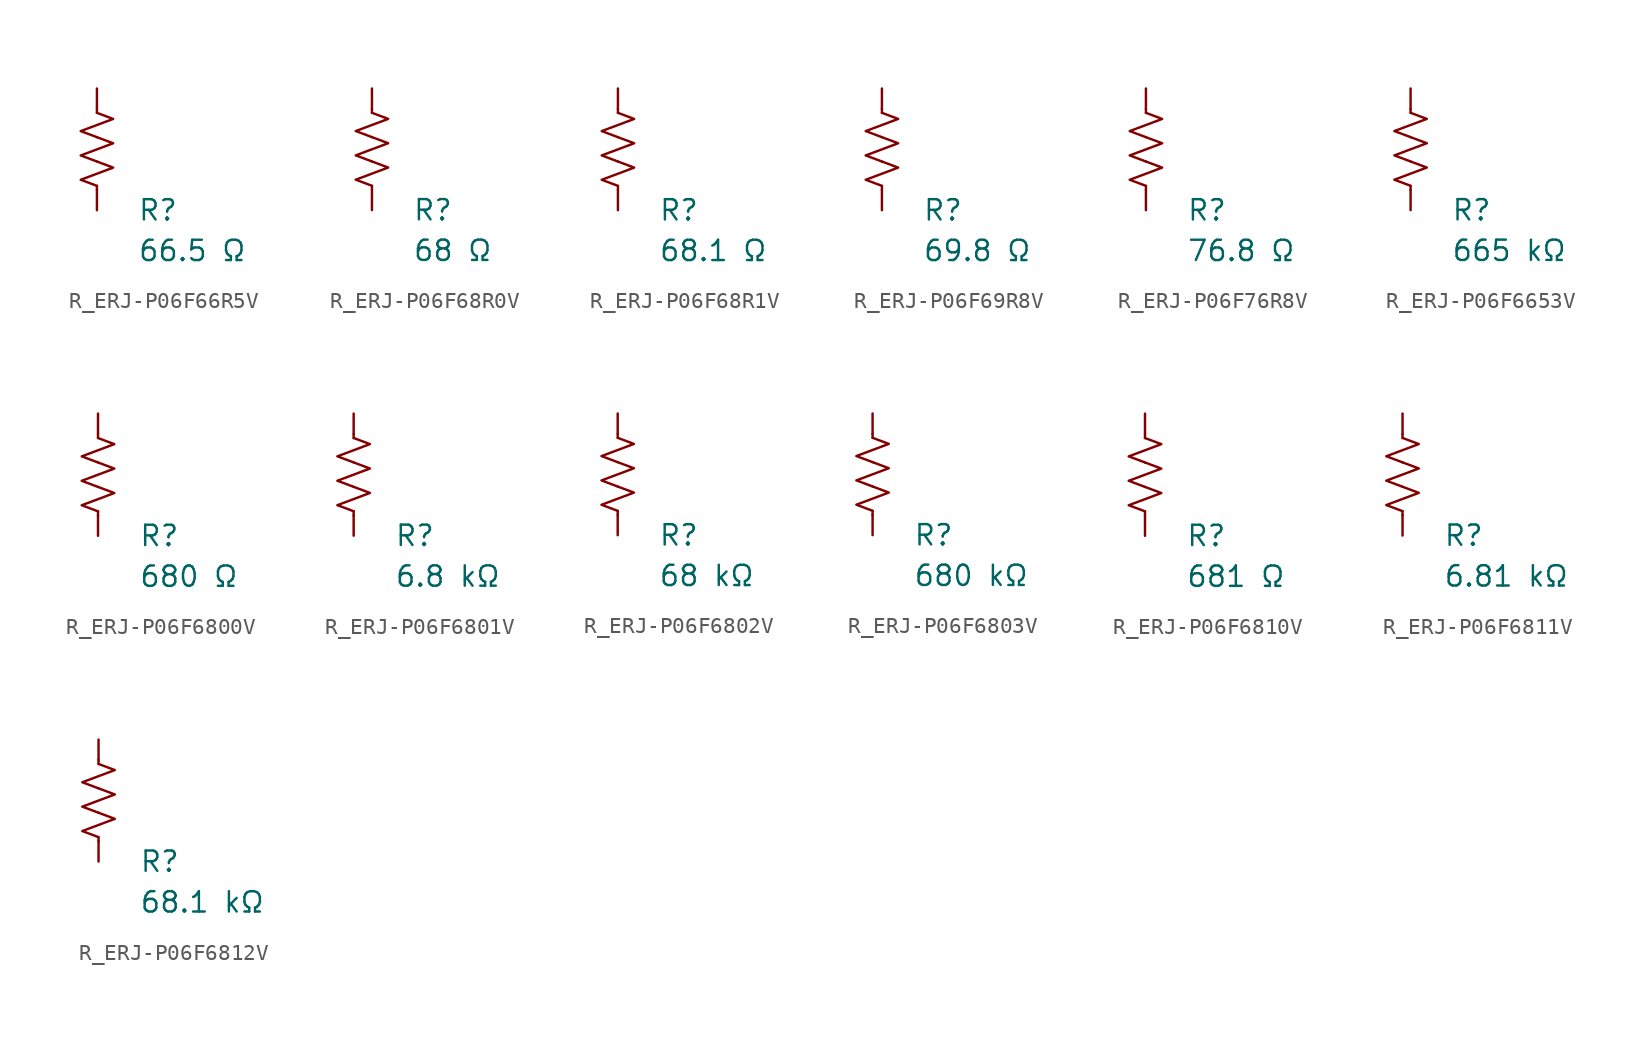
<source format=kicad_sym>
(kicad_symbol_lib
  (version 20231120)
  (generator "kicad_symbol_editor")
  (generator_version "8.0")
  (symbol "R_ERJ-P06F66R5V"
    (pin_numbers hide)
    (pin_names
      (offset 0))
    (property "Reference" "R"
      (at 2.54 -3.81 0)
      (effects (font (size 1.27 1.27)) (justify left))
      (show_name no))
    (property "Value" "66.5 Ω"
      (at 2.54 -6.35 0)
      (effects (font (size 1.27 1.27)) (justify left))
      (show_name no))
    (symbol "R_ERJ-P06F66R5V_0_1"
      (polyline (pts (xy 0 -2.286) (xy 0 -2.54)) (stroke (width 0) (type default)) (fill (type none)))
      (polyline (pts (xy 0 2.286) (xy 0 2.54)) (stroke (width 0) (type default)) (fill (type none)))
      (polyline (pts (xy 0 -0.762) (xy 1.016 -1.143) (xy 0 -1.524) (xy -1.016 -1.905) (xy 0 -2.286)) (stroke (width 0) (type default)) (fill (type none)))
      (polyline (pts (xy 0 0.762) (xy 1.016 0.381) (xy 0 0) (xy -1.016 -0.381) (xy 0 -0.762)) (stroke (width 0) (type default)) (fill (type none)))
      (polyline (pts (xy 0 2.286) (xy 1.016 1.905) (xy 0 1.524) (xy -1.016 1.143) (xy 0 0.762)) (stroke (width 0) (type default)) (fill (type none))))
    (symbol "R_ERJ-P06F66R5V_1_1"
      (pin passive line (at 0 3.81 270) (length 1.27) (name "~" (effects (font (size 1.27 1.27)))) (number "1" (effects (font (size 1.27 1.27)))))
      (pin passive line (at 0 -3.81 90) (length 1.27) (name "~" (effects (font (size 1.27 1.27)))) (number "2" (effects (font (size 1.27 1.27)))))))
  (symbol "R_ERJ-P06F68R0V"
    (pin_numbers hide)
    (pin_names
      (offset 0))
    (property "Reference" "R"
      (at 2.54 -3.81 0)
      (effects (font (size 1.27 1.27)) (justify left))
      (show_name no))
    (property "Value" "68 Ω"
      (at 2.54 -6.35 0)
      (effects (font (size 1.27 1.27)) (justify left))
      (show_name no))
    (symbol "R_ERJ-P06F68R0V_0_1"
      (polyline (pts (xy 0 -2.286) (xy 0 -2.54)) (stroke (width 0) (type default)) (fill (type none)))
      (polyline (pts (xy 0 2.286) (xy 0 2.54)) (stroke (width 0) (type default)) (fill (type none)))
      (polyline (pts (xy 0 -0.762) (xy 1.016 -1.143) (xy 0 -1.524) (xy -1.016 -1.905) (xy 0 -2.286)) (stroke (width 0) (type default)) (fill (type none)))
      (polyline (pts (xy 0 0.762) (xy 1.016 0.381) (xy 0 0) (xy -1.016 -0.381) (xy 0 -0.762)) (stroke (width 0) (type default)) (fill (type none)))
      (polyline (pts (xy 0 2.286) (xy 1.016 1.905) (xy 0 1.524) (xy -1.016 1.143) (xy 0 0.762)) (stroke (width 0) (type default)) (fill (type none))))
    (symbol "R_ERJ-P06F68R0V_1_1"
      (pin passive line (at 0 3.81 270) (length 1.27) (name "~" (effects (font (size 1.27 1.27)))) (number "1" (effects (font (size 1.27 1.27)))))
      (pin passive line (at 0 -3.81 90) (length 1.27) (name "~" (effects (font (size 1.27 1.27)))) (number "2" (effects (font (size 1.27 1.27)))))))
  (symbol "R_ERJ-P06F68R1V"
    (pin_numbers hide)
    (pin_names
      (offset 0))
    (property "Reference" "R"
      (at 2.54 -3.81 0)
      (effects (font (size 1.27 1.27)) (justify left))
      (show_name no))
    (property "Value" "68.1 Ω"
      (at 2.54 -6.35 0)
      (effects (font (size 1.27 1.27)) (justify left))
      (show_name no))
    (symbol "R_ERJ-P06F68R1V_0_1"
      (polyline (pts (xy 0 -2.286) (xy 0 -2.54)) (stroke (width 0) (type default)) (fill (type none)))
      (polyline (pts (xy 0 2.286) (xy 0 2.54)) (stroke (width 0) (type default)) (fill (type none)))
      (polyline (pts (xy 0 -0.762) (xy 1.016 -1.143) (xy 0 -1.524) (xy -1.016 -1.905) (xy 0 -2.286)) (stroke (width 0) (type default)) (fill (type none)))
      (polyline (pts (xy 0 0.762) (xy 1.016 0.381) (xy 0 0) (xy -1.016 -0.381) (xy 0 -0.762)) (stroke (width 0) (type default)) (fill (type none)))
      (polyline (pts (xy 0 2.286) (xy 1.016 1.905) (xy 0 1.524) (xy -1.016 1.143) (xy 0 0.762)) (stroke (width 0) (type default)) (fill (type none))))
    (symbol "R_ERJ-P06F68R1V_1_1"
      (pin passive line (at 0 3.81 270) (length 1.27) (name "~" (effects (font (size 1.27 1.27)))) (number "1" (effects (font (size 1.27 1.27)))))
      (pin passive line (at 0 -3.81 90) (length 1.27) (name "~" (effects (font (size 1.27 1.27)))) (number "2" (effects (font (size 1.27 1.27)))))))
  (symbol "R_ERJ-P06F69R8V"
    (pin_numbers hide)
    (pin_names
      (offset 0))
    (property "Reference" "R"
      (at 2.54 -3.81 0)
      (effects (font (size 1.27 1.27)) (justify left))
      (show_name no))
    (property "Value" "69.8 Ω"
      (at 2.54 -6.35 0)
      (effects (font (size 1.27 1.27)) (justify left))
      (show_name no))
    (symbol "R_ERJ-P06F69R8V_0_1"
      (polyline (pts (xy 0 -2.286) (xy 0 -2.54)) (stroke (width 0) (type default)) (fill (type none)))
      (polyline (pts (xy 0 2.286) (xy 0 2.54)) (stroke (width 0) (type default)) (fill (type none)))
      (polyline (pts (xy 0 -0.762) (xy 1.016 -1.143) (xy 0 -1.524) (xy -1.016 -1.905) (xy 0 -2.286)) (stroke (width 0) (type default)) (fill (type none)))
      (polyline (pts (xy 0 0.762) (xy 1.016 0.381) (xy 0 0) (xy -1.016 -0.381) (xy 0 -0.762)) (stroke (width 0) (type default)) (fill (type none)))
      (polyline (pts (xy 0 2.286) (xy 1.016 1.905) (xy 0 1.524) (xy -1.016 1.143) (xy 0 0.762)) (stroke (width 0) (type default)) (fill (type none))))
    (symbol "R_ERJ-P06F69R8V_1_1"
      (pin passive line (at 0 3.81 270) (length 1.27) (name "~" (effects (font (size 1.27 1.27)))) (number "1" (effects (font (size 1.27 1.27)))))
      (pin passive line (at 0 -3.81 90) (length 1.27) (name "~" (effects (font (size 1.27 1.27)))) (number "2" (effects (font (size 1.27 1.27)))))))
  (symbol "R_ERJ-P06F76R8V"
    (pin_numbers hide)
    (pin_names
      (offset 0))
    (property "Reference" "R"
      (at 2.54 -3.81 0)
      (effects (font (size 1.27 1.27)) (justify left))
      (show_name no))
    (property "Value" "76.8 Ω"
      (at 2.54 -6.35 0)
      (effects (font (size 1.27 1.27)) (justify left))
      (show_name no))
    (symbol "R_ERJ-P06F76R8V_0_1"
      (polyline (pts (xy 0 -2.286) (xy 0 -2.54)) (stroke (width 0) (type default)) (fill (type none)))
      (polyline (pts (xy 0 2.286) (xy 0 2.54)) (stroke (width 0) (type default)) (fill (type none)))
      (polyline (pts (xy 0 -0.762) (xy 1.016 -1.143) (xy 0 -1.524) (xy -1.016 -1.905) (xy 0 -2.286)) (stroke (width 0) (type default)) (fill (type none)))
      (polyline (pts (xy 0 0.762) (xy 1.016 0.381) (xy 0 0) (xy -1.016 -0.381) (xy 0 -0.762)) (stroke (width 0) (type default)) (fill (type none)))
      (polyline (pts (xy 0 2.286) (xy 1.016 1.905) (xy 0 1.524) (xy -1.016 1.143) (xy 0 0.762)) (stroke (width 0) (type default)) (fill (type none))))
    (symbol "R_ERJ-P06F76R8V_1_1"
      (pin passive line (at 0 3.81 270) (length 1.27) (name "~" (effects (font (size 1.27 1.27)))) (number "1" (effects (font (size 1.27 1.27)))))
      (pin passive line (at 0 -3.81 90) (length 1.27) (name "~" (effects (font (size 1.27 1.27)))) (number "2" (effects (font (size 1.27 1.27)))))))
  (symbol "R_ERJ-P06F6653V"
    (pin_numbers hide)
    (pin_names
      (offset 0))
    (property "Reference" "R"
      (at 2.54 -3.81 0)
      (effects (font (size 1.27 1.27)) (justify left))
      (show_name no))
    (property "Value" "665 kΩ"
      (at 2.54 -6.35 0)
      (effects (font (size 1.27 1.27)) (justify left))
      (show_name no))
    (symbol "R_ERJ-P06F6653V_0_1"
      (polyline (pts (xy 0 -2.286) (xy 0 -2.54)) (stroke (width 0) (type default)) (fill (type none)))
      (polyline (pts (xy 0 2.286) (xy 0 2.54)) (stroke (width 0) (type default)) (fill (type none)))
      (polyline (pts (xy 0 -0.762) (xy 1.016 -1.143) (xy 0 -1.524) (xy -1.016 -1.905) (xy 0 -2.286)) (stroke (width 0) (type default)) (fill (type none)))
      (polyline (pts (xy 0 0.762) (xy 1.016 0.381) (xy 0 0) (xy -1.016 -0.381) (xy 0 -0.762)) (stroke (width 0) (type default)) (fill (type none)))
      (polyline (pts (xy 0 2.286) (xy 1.016 1.905) (xy 0 1.524) (xy -1.016 1.143) (xy 0 0.762)) (stroke (width 0) (type default)) (fill (type none))))
    (symbol "R_ERJ-P06F6653V_1_1"
      (pin passive line (at 0 3.81 270) (length 1.27) (name "~" (effects (font (size 1.27 1.27)))) (number "1" (effects (font (size 1.27 1.27)))))
      (pin passive line (at 0 -3.81 90) (length 1.27) (name "~" (effects (font (size 1.27 1.27)))) (number "2" (effects (font (size 1.27 1.27)))))))
  (symbol "R_ERJ-P06F6800V"
    (pin_numbers hide)
    (pin_names
      (offset 0))
    (property "Reference" "R"
      (at 2.54 -3.81 0)
      (effects (font (size 1.27 1.27)) (justify left))
      (show_name no))
    (property "Value" "680 Ω"
      (at 2.54 -6.35 0)
      (effects (font (size 1.27 1.27)) (justify left))
      (show_name no))
    (symbol "R_ERJ-P06F6800V_0_1"
      (polyline (pts (xy 0 -2.286) (xy 0 -2.54)) (stroke (width 0) (type default)) (fill (type none)))
      (polyline (pts (xy 0 2.286) (xy 0 2.54)) (stroke (width 0) (type default)) (fill (type none)))
      (polyline (pts (xy 0 -0.762) (xy 1.016 -1.143) (xy 0 -1.524) (xy -1.016 -1.905) (xy 0 -2.286)) (stroke (width 0) (type default)) (fill (type none)))
      (polyline (pts (xy 0 0.762) (xy 1.016 0.381) (xy 0 0) (xy -1.016 -0.381) (xy 0 -0.762)) (stroke (width 0) (type default)) (fill (type none)))
      (polyline (pts (xy 0 2.286) (xy 1.016 1.905) (xy 0 1.524) (xy -1.016 1.143) (xy 0 0.762)) (stroke (width 0) (type default)) (fill (type none))))
    (symbol "R_ERJ-P06F6800V_1_1"
      (pin passive line (at 0 3.81 270) (length 1.27) (name "~" (effects (font (size 1.27 1.27)))) (number "1" (effects (font (size 1.27 1.27)))))
      (pin passive line (at 0 -3.81 90) (length 1.27) (name "~" (effects (font (size 1.27 1.27)))) (number "2" (effects (font (size 1.27 1.27)))))))
  (symbol "R_ERJ-P06F6801V"
    (pin_numbers hide)
    (pin_names
      (offset 0))
    (property "Reference" "R"
      (at 2.54 -3.81 0)
      (effects (font (size 1.27 1.27)) (justify left))
      (show_name no))
    (property "Value" "6.8 kΩ"
      (at 2.54 -6.35 0)
      (effects (font (size 1.27 1.27)) (justify left))
      (show_name no))
    (symbol "R_ERJ-P06F6801V_0_1"
      (polyline (pts (xy 0 -2.286) (xy 0 -2.54)) (stroke (width 0) (type default)) (fill (type none)))
      (polyline (pts (xy 0 2.286) (xy 0 2.54)) (stroke (width 0) (type default)) (fill (type none)))
      (polyline (pts (xy 0 -0.762) (xy 1.016 -1.143) (xy 0 -1.524) (xy -1.016 -1.905) (xy 0 -2.286)) (stroke (width 0) (type default)) (fill (type none)))
      (polyline (pts (xy 0 0.762) (xy 1.016 0.381) (xy 0 0) (xy -1.016 -0.381) (xy 0 -0.762)) (stroke (width 0) (type default)) (fill (type none)))
      (polyline (pts (xy 0 2.286) (xy 1.016 1.905) (xy 0 1.524) (xy -1.016 1.143) (xy 0 0.762)) (stroke (width 0) (type default)) (fill (type none))))
    (symbol "R_ERJ-P06F6801V_1_1"
      (pin passive line (at 0 3.81 270) (length 1.27) (name "~" (effects (font (size 1.27 1.27)))) (number "1" (effects (font (size 1.27 1.27)))))
      (pin passive line (at 0 -3.81 90) (length 1.27) (name "~" (effects (font (size 1.27 1.27)))) (number "2" (effects (font (size 1.27 1.27)))))))
  (symbol "R_ERJ-P06F6802V"
    (pin_numbers hide)
    (pin_names
      (offset 0))
    (property "Reference" "R"
      (at 2.54 -3.81 0)
      (effects (font (size 1.27 1.27)) (justify left))
      (show_name no))
    (property "Value" "68 kΩ"
      (at 2.54 -6.35 0)
      (effects (font (size 1.27 1.27)) (justify left))
      (show_name no))
    (symbol "R_ERJ-P06F6802V_0_1"
      (polyline (pts (xy 0 -2.286) (xy 0 -2.54)) (stroke (width 0) (type default)) (fill (type none)))
      (polyline (pts (xy 0 2.286) (xy 0 2.54)) (stroke (width 0) (type default)) (fill (type none)))
      (polyline (pts (xy 0 -0.762) (xy 1.016 -1.143) (xy 0 -1.524) (xy -1.016 -1.905) (xy 0 -2.286)) (stroke (width 0) (type default)) (fill (type none)))
      (polyline (pts (xy 0 0.762) (xy 1.016 0.381) (xy 0 0) (xy -1.016 -0.381) (xy 0 -0.762)) (stroke (width 0) (type default)) (fill (type none)))
      (polyline (pts (xy 0 2.286) (xy 1.016 1.905) (xy 0 1.524) (xy -1.016 1.143) (xy 0 0.762)) (stroke (width 0) (type default)) (fill (type none))))
    (symbol "R_ERJ-P06F6802V_1_1"
      (pin passive line (at 0 3.81 270) (length 1.27) (name "~" (effects (font (size 1.27 1.27)))) (number "1" (effects (font (size 1.27 1.27)))))
      (pin passive line (at 0 -3.81 90) (length 1.27) (name "~" (effects (font (size 1.27 1.27)))) (number "2" (effects (font (size 1.27 1.27)))))))
  (symbol "R_ERJ-P06F6803V"
    (pin_numbers hide)
    (pin_names
      (offset 0))
    (property "Reference" "R"
      (at 2.54 -3.81 0)
      (effects (font (size 1.27 1.27)) (justify left))
      (show_name no))
    (property "Value" "680 kΩ"
      (at 2.54 -6.35 0)
      (effects (font (size 1.27 1.27)) (justify left))
      (show_name no))
    (symbol "R_ERJ-P06F6803V_0_1"
      (polyline (pts (xy 0 -2.286) (xy 0 -2.54)) (stroke (width 0) (type default)) (fill (type none)))
      (polyline (pts (xy 0 2.286) (xy 0 2.54)) (stroke (width 0) (type default)) (fill (type none)))
      (polyline (pts (xy 0 -0.762) (xy 1.016 -1.143) (xy 0 -1.524) (xy -1.016 -1.905) (xy 0 -2.286)) (stroke (width 0) (type default)) (fill (type none)))
      (polyline (pts (xy 0 0.762) (xy 1.016 0.381) (xy 0 0) (xy -1.016 -0.381) (xy 0 -0.762)) (stroke (width 0) (type default)) (fill (type none)))
      (polyline (pts (xy 0 2.286) (xy 1.016 1.905) (xy 0 1.524) (xy -1.016 1.143) (xy 0 0.762)) (stroke (width 0) (type default)) (fill (type none))))
    (symbol "R_ERJ-P06F6803V_1_1"
      (pin passive line (at 0 3.81 270) (length 1.27) (name "~" (effects (font (size 1.27 1.27)))) (number "1" (effects (font (size 1.27 1.27)))))
      (pin passive line (at 0 -3.81 90) (length 1.27) (name "~" (effects (font (size 1.27 1.27)))) (number "2" (effects (font (size 1.27 1.27)))))))
  (symbol "R_ERJ-P06F6810V"
    (pin_numbers hide)
    (pin_names
      (offset 0))
    (property "Reference" "R"
      (at 2.54 -3.81 0)
      (effects (font (size 1.27 1.27)) (justify left))
      (show_name no))
    (property "Value" "681 Ω"
      (at 2.54 -6.35 0)
      (effects (font (size 1.27 1.27)) (justify left))
      (show_name no))
    (symbol "R_ERJ-P06F6810V_0_1"
      (polyline (pts (xy 0 -2.286) (xy 0 -2.54)) (stroke (width 0) (type default)) (fill (type none)))
      (polyline (pts (xy 0 2.286) (xy 0 2.54)) (stroke (width 0) (type default)) (fill (type none)))
      (polyline (pts (xy 0 -0.762) (xy 1.016 -1.143) (xy 0 -1.524) (xy -1.016 -1.905) (xy 0 -2.286)) (stroke (width 0) (type default)) (fill (type none)))
      (polyline (pts (xy 0 0.762) (xy 1.016 0.381) (xy 0 0) (xy -1.016 -0.381) (xy 0 -0.762)) (stroke (width 0) (type default)) (fill (type none)))
      (polyline (pts (xy 0 2.286) (xy 1.016 1.905) (xy 0 1.524) (xy -1.016 1.143) (xy 0 0.762)) (stroke (width 0) (type default)) (fill (type none))))
    (symbol "R_ERJ-P06F6810V_1_1"
      (pin passive line (at 0 3.81 270) (length 1.27) (name "~" (effects (font (size 1.27 1.27)))) (number "1" (effects (font (size 1.27 1.27)))))
      (pin passive line (at 0 -3.81 90) (length 1.27) (name "~" (effects (font (size 1.27 1.27)))) (number "2" (effects (font (size 1.27 1.27)))))))
  (symbol "R_ERJ-P06F6811V"
    (pin_numbers hide)
    (pin_names
      (offset 0))
    (property "Reference" "R"
      (at 2.54 -3.81 0)
      (effects (font (size 1.27 1.27)) (justify left))
      (show_name no))
    (property "Value" "6.81 kΩ"
      (at 2.54 -6.35 0)
      (effects (font (size 1.27 1.27)) (justify left))
      (show_name no))
    (symbol "R_ERJ-P06F6811V_0_1"
      (polyline (pts (xy 0 -2.286) (xy 0 -2.54)) (stroke (width 0) (type default)) (fill (type none)))
      (polyline (pts (xy 0 2.286) (xy 0 2.54)) (stroke (width 0) (type default)) (fill (type none)))
      (polyline (pts (xy 0 -0.762) (xy 1.016 -1.143) (xy 0 -1.524) (xy -1.016 -1.905) (xy 0 -2.286)) (stroke (width 0) (type default)) (fill (type none)))
      (polyline (pts (xy 0 0.762) (xy 1.016 0.381) (xy 0 0) (xy -1.016 -0.381) (xy 0 -0.762)) (stroke (width 0) (type default)) (fill (type none)))
      (polyline (pts (xy 0 2.286) (xy 1.016 1.905) (xy 0 1.524) (xy -1.016 1.143) (xy 0 0.762)) (stroke (width 0) (type default)) (fill (type none))))
    (symbol "R_ERJ-P06F6811V_1_1"
      (pin passive line (at 0 3.81 270) (length 1.27) (name "~" (effects (font (size 1.27 1.27)))) (number "1" (effects (font (size 1.27 1.27)))))
      (pin passive line (at 0 -3.81 90) (length 1.27) (name "~" (effects (font (size 1.27 1.27)))) (number "2" (effects (font (size 1.27 1.27)))))))
  (symbol "R_ERJ-P06F6812V"
    (pin_numbers hide)
    (pin_names
      (offset 0))
    (property "Reference" "R"
      (at 2.54 -3.81 0)
      (effects (font (size 1.27 1.27)) (justify left))
      (show_name no))
    (property "Value" "68.1 kΩ"
      (at 2.54 -6.35 0)
      (effects (font (size 1.27 1.27)) (justify left))
      (show_name no))
    (symbol "R_ERJ-P06F6812V_0_1"
      (polyline (pts (xy 0 -2.286) (xy 0 -2.54)) (stroke (width 0) (type default)) (fill (type none)))
      (polyline (pts (xy 0 2.286) (xy 0 2.54)) (stroke (width 0) (type default)) (fill (type none)))
      (polyline (pts (xy 0 -0.762) (xy 1.016 -1.143) (xy 0 -1.524) (xy -1.016 -1.905) (xy 0 -2.286)) (stroke (width 0) (type default)) (fill (type none)))
      (polyline (pts (xy 0 0.762) (xy 1.016 0.381) (xy 0 0) (xy -1.016 -0.381) (xy 0 -0.762)) (stroke (width 0) (type default)) (fill (type none)))
      (polyline (pts (xy 0 2.286) (xy 1.016 1.905) (xy 0 1.524) (xy -1.016 1.143) (xy 0 0.762)) (stroke (width 0) (type default)) (fill (type none))))
    (symbol "R_ERJ-P06F6812V_1_1"
      (pin passive line (at 0 3.81 270) (length 1.27) (name "~" (effects (font (size 1.27 1.27)))) (number "1" (effects (font (size 1.27 1.27)))))
      (pin passive line (at 0 -3.81 90) (length 1.27) (name "~" (effects (font (size 1.27 1.27)))) (number "2" (effects (font (size 1.27 1.27))))))))
</source>
